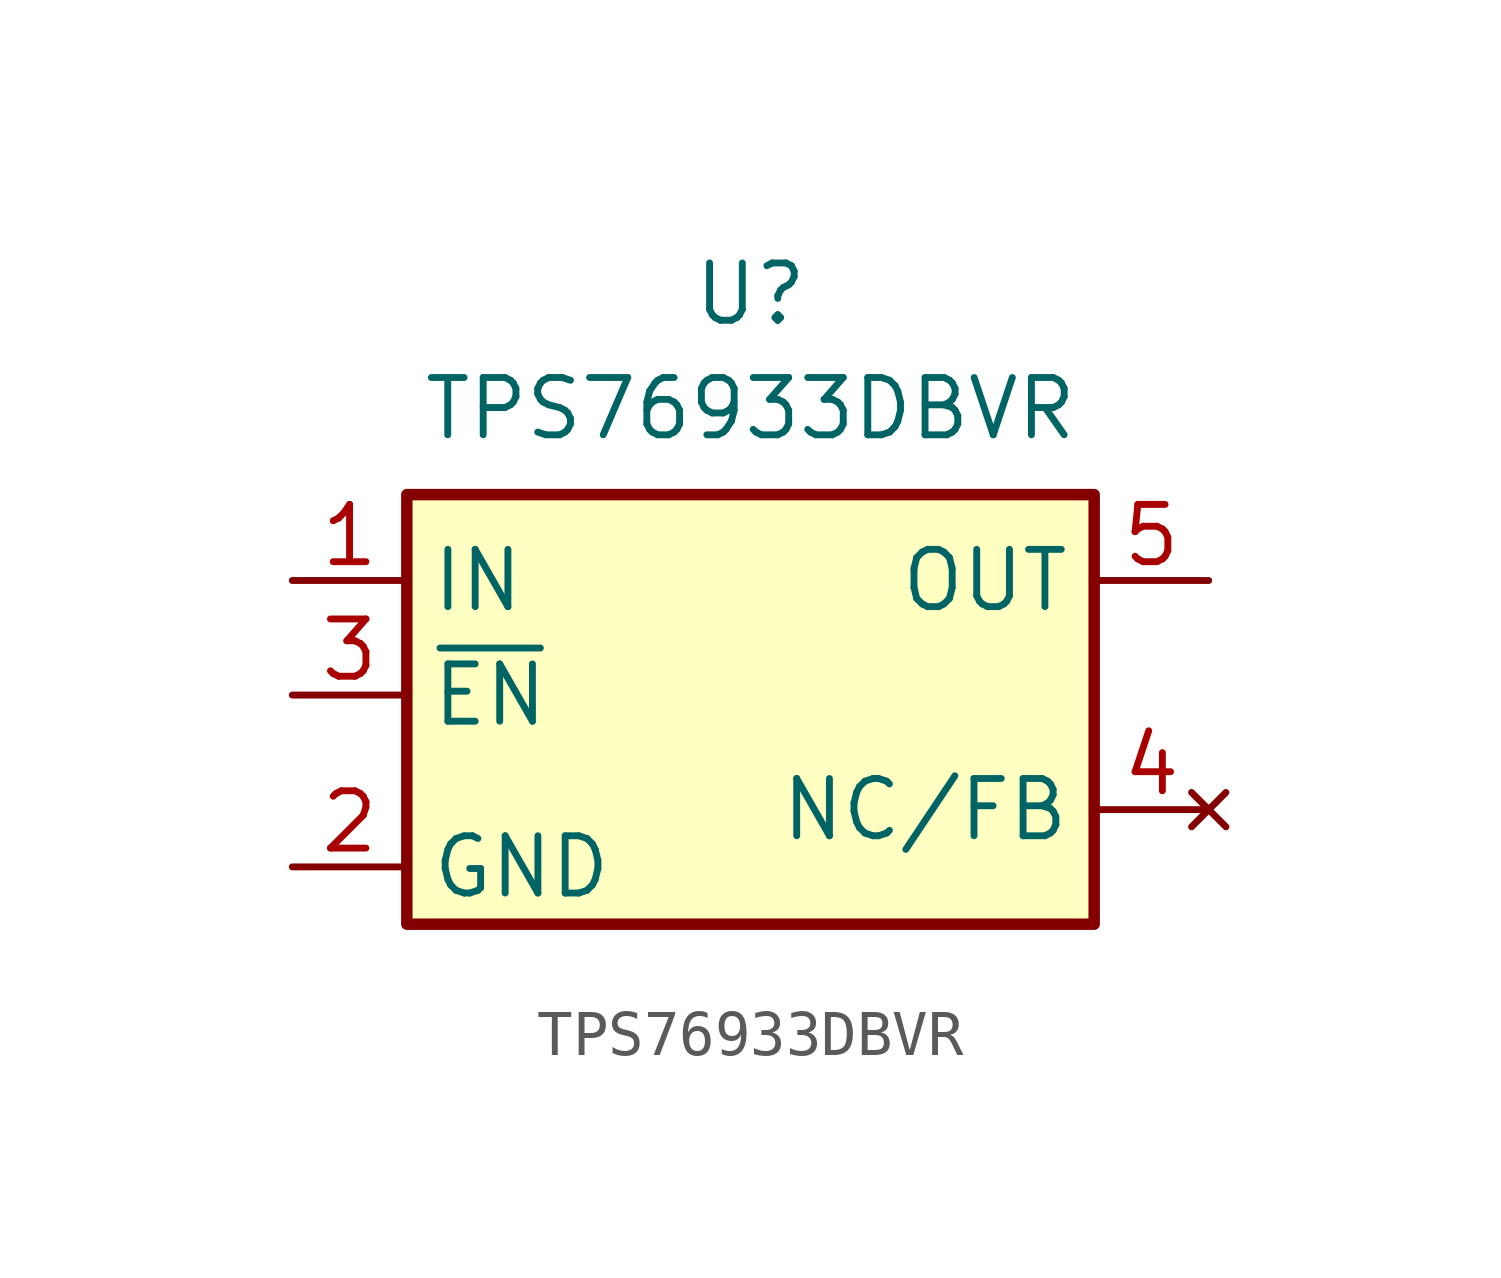
<source format=kicad_sym>
(kicad_symbol_lib
  (version 20220914)
  (generator kicad_symbol_editor)
  (symbol "TPS76933DBVR"
    (property "Reference" "U"
      (at 0 2.54 0)
      (effects (font (size 1.27 1.27))))
    (property "Value" "TPS76933DBVR"
      (at 0 0 0)
      (effects (font (size 1.27 1.27))))
    (symbol "TPS76933DBVR_0_1"
      (rectangle (start -7.62 -1.905) (end 7.62 -11.43) (stroke (width 0.254) (type default)) (fill (type background))))
    (symbol "TPS76933DBVR_1_1"
      (pin power_in line (at -10.16 -3.81 0) (length 2.54) (name "IN" (effects (font (size 1.27 1.27)))) (number "1" (effects (font (size 1.27 1.27)))))
      (pin power_in line (at -10.16 -10.16 0) (length 2.54) (name "GND" (effects (font (size 1.27 1.27)))) (number "2" (effects (font (size 1.27 1.27)))))
      (pin input line (at -10.16 -6.35 0) (length 2.54) (name "~{EN}" (effects (font (size 1.27 1.27)))) (number "3" (effects (font (size 1.27 1.27)))))
      (pin no_connect line (at 10.16 -8.89 180) (length 2.54) (name "NC/FB" (effects (font (size 1.27 1.27)))) (number "4" (effects (font (size 1.27 1.27)))))
      (pin power_out line (at 10.16 -3.81 180) (length 2.54) (name "OUT" (effects (font (size 1.27 1.27)))) (number "5" (effects (font (size 1.27 1.27))))))))
</source>
